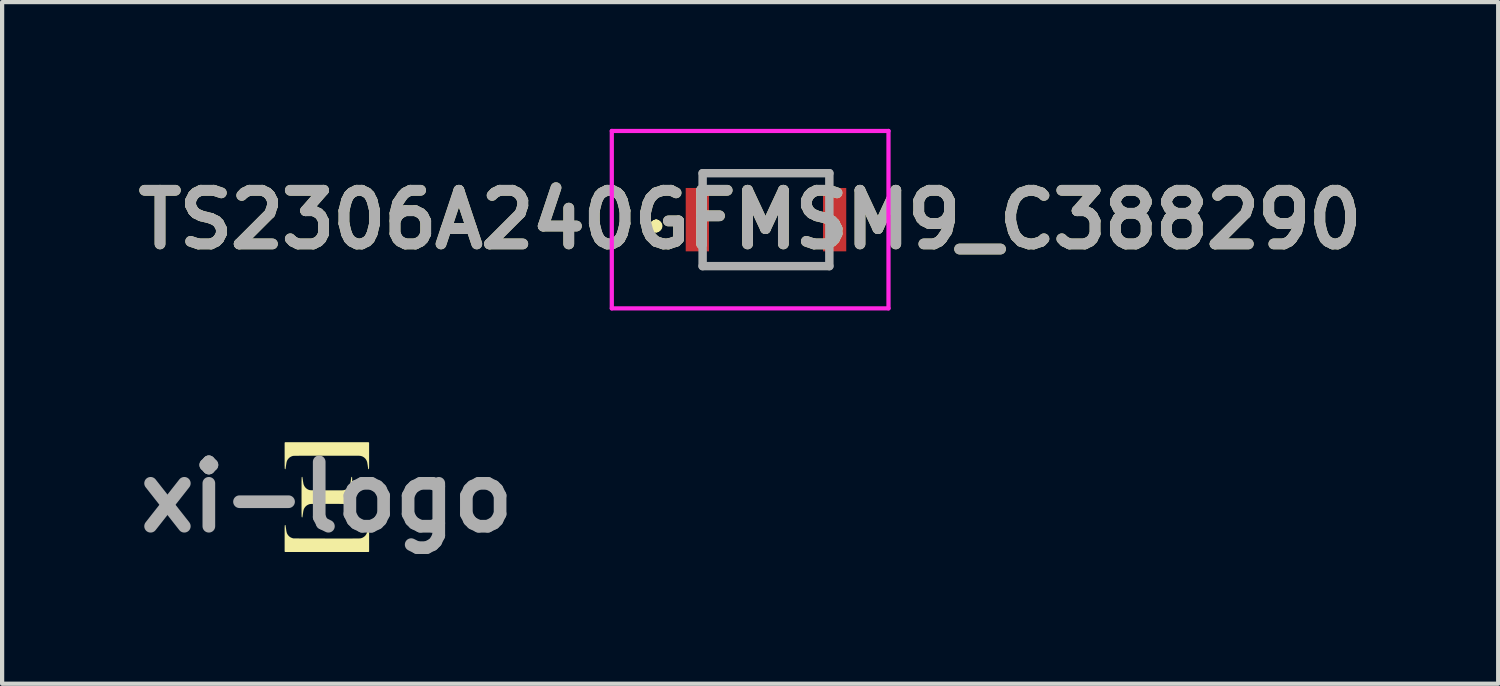
<source format=kicad_pcb>
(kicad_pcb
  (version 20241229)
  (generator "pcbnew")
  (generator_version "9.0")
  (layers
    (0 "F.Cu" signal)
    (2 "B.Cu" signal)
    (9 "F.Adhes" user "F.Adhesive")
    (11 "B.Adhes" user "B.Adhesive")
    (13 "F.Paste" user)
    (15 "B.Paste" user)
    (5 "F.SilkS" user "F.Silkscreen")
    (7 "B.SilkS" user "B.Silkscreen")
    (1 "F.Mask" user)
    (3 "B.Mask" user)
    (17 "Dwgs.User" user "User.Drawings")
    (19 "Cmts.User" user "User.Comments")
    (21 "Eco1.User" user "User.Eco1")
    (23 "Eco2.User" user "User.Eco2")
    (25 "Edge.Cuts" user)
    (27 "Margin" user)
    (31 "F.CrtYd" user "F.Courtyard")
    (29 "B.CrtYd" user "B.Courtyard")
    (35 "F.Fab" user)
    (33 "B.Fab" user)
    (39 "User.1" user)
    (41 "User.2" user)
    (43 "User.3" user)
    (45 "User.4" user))
  (footprint "TS2306A240GFMSM9_C388290"
    (layer "F.Cu")
    (at 15.083 2.15)
    (property "Reference" "TS2306A240GFMSM9_C388290" (at -0.375 0 0) (layer "F.SilkS") (effects (font (size 1.27 1.27) (thickness 0.254))))
    (attr smd)
    (fp_line (start -2.6 0.1) (end -2.6 0.1) (stroke (width 0.2) (type solid)) (layer "F.SilkS"))
    (fp_line (start -2.6 0.1) (end -2.6 0.1) (stroke (width 0.2) (type solid)) (layer "F.SilkS"))
    (fp_line (start -2.6 0.2) (end -2.6 0.2) (stroke (width 0.2) (type solid)) (layer "F.SilkS"))
    (fp_line (start -1.25 -1.1) (end -1.25 -1.1) (stroke (width 0.1) (type solid)) (layer "F.SilkS"))
    (fp_line (start -1.25 -1.1) (end 1.25 -1.1) (stroke (width 0.1) (type solid)) (layer "F.SilkS"))
    (fp_line (start -1.25 1.1) (end -1.25 1.1) (stroke (width 0.1) (type solid)) (layer "F.SilkS"))
    (fp_line (start -1.25 1.1) (end 1.25 1.1) (stroke (width 0.1) (type solid)) (layer "F.SilkS"))
    (fp_line (start 1.25 -1.1) (end -1.25 -1.1) (stroke (width 0.1) (type solid)) (layer "F.SilkS"))
    (fp_line (start 1.25 -1.1) (end 1.25 -1.1) (stroke (width 0.1) (type solid)) (layer "F.SilkS"))
    (fp_line (start 1.25 1.1) (end -1.25 1.1) (stroke (width 0.1) (type solid)) (layer "F.SilkS"))
    (fp_line (start 1.25 1.1) (end 1.25 1.1) (stroke (width 0.1) (type solid)) (layer "F.SilkS"))
    (fp_arc (start -2.6 0.1) (mid -2.55 0.15) (end -2.6 0.2) (stroke (width 0.2) (type solid)) (layer "F.SilkS"))
    (fp_arc (start -2.6 0.2) (mid -2.65 0.15) (end -2.6 0.1) (stroke (width 0.2) (type solid)) (layer "F.SilkS"))
    (fp_arc (start -2.6 0.2) (mid -2.65 0.15) (end -2.6 0.1) (stroke (width 0.2) (type solid)) (layer "F.SilkS"))
    (fp_line (start -3.65 -2.1) (end 2.9 -2.1) (stroke (width 0.1) (type solid)) (layer "F.CrtYd"))
    (fp_line (start -3.65 2.1) (end -3.65 -2.1) (stroke (width 0.1) (type solid)) (layer "F.CrtYd"))
    (fp_line (start 2.9 -2.1) (end 2.9 2.1) (stroke (width 0.1) (type solid)) (layer "F.CrtYd"))
    (fp_line (start 2.9 2.1) (end -3.65 2.1) (stroke (width 0.1) (type solid)) (layer "F.CrtYd"))
    (fp_line (start -1.5 -1.1) (end -1.5 1.1) (stroke (width 0.2) (type solid)) (layer "F.Fab"))
    (fp_line (start -1.5 1.1) (end 1.5 1.1) (stroke (width 0.2) (type solid)) (layer "F.Fab"))
    (fp_line (start 1.5 -1.1) (end -1.5 -1.1) (stroke (width 0.2) (type solid)) (layer "F.Fab"))
    (fp_line (start 1.5 1.1) (end 1.5 -1.1) (stroke (width 0.2) (type solid)) (layer "F.Fab"))
    (fp_text user "${REFERENCE}" (at -0.375 0 0) (layer "F.Fab") (effects (font (size 1.27 1.27) (thickness 0.254))))
    (pad "1" smd rect (at -1.625 0) (size 0.55 1.5) (layers "F.Cu" "F.Mask" "F.Paste"))
    (pad "2" smd rect (at 1.625 0) (size 0.55 1.5) (layers "F.Cu" "F.Mask" "F.Paste")))
  (footprint "xi-logo"
    (layer "F.Cu")
    (at 4.688 8.718)
    (property "Reference" "xi-logo" (at 0 0 0) (layer "F.Fab") (effects (font (size 1.524 1.524) (thickness 0.3))))
    (attr board_only exclude_from_pos_files exclude_from_bom)
    (fp_poly (pts (xy 0.994 -1.294) (xy 1 -1.288) (xy 1 -0.982) (xy 1 -0.94) (xy 1 -0.903) (xy 1 -0.869) (xy 1 -0.838) (xy 1 -0.81) (xy 1 -0.786) (xy 1 -0.765) (xy 1 -0.746) (xy 1 -0.73) (xy 0.999 -0.716) (xy 0.999 -0.704) (xy 0.999 -0.694) (xy 0.998 -0.686) (xy 0.998 -0.68) (xy 0.997 -0.674) (xy 0.996 -0.671) (xy 0.996 -0.668) (xy 0.995 -0.666) (xy 0.994 -0.665) (xy 0.993 -0.664) (xy 0.991 -0.663) (xy 0.99 -0.663) (xy 0.988 -0.662) (xy 0.988 -0.662) (xy 0.983 -0.661) (xy 0.981 -0.661) (xy 0.981 -0.661) (xy 0.98 -0.663) (xy 0.979 -0.669) (xy 0.977 -0.677) (xy 0.976 -0.689) (xy 0.974 -0.702) (xy 0.971 -0.717) (xy 0.97 -0.728) (xy 0.967 -0.75) (xy 0.964 -0.769) (xy 0.961 -0.785) (xy 0.959 -0.799) (xy 0.957 -0.81) (xy 0.956 -0.819) (xy 0.954 -0.826) (xy 0.953 -0.832) (xy 0.951 -0.838) (xy 0.949 -0.843) (xy 0.949 -0.843) (xy 0.938 -0.869) (xy 0.924 -0.893) (xy 0.907 -0.915) (xy 0.888 -0.933) (xy 0.866 -0.949) (xy 0.842 -0.962) (xy 0.816 -0.971) (xy 0.788 -0.977) (xy 0.784 -0.978) (xy 0.781 -0.978) (xy 0.776 -0.978) (xy 0.769 -0.978) (xy 0.76 -0.979) (xy 0.748 -0.979) (xy 0.733 -0.979) (xy 0.717 -0.979) (xy 0.697 -0.979) (xy 0.675 -0.979) (xy 0.65 -0.979) (xy 0.622 -0.979) (xy 0.591 -0.98) (xy 0.557 -0.98) (xy 0.52 -0.98) (xy 0.48 -0.98) (xy 0.437 -0.98) (xy 0.39 -0.98) (xy 0.34 -0.98) (xy 0.286 -0.98) (xy 0.228 -0.98) (xy 0.167 -0.98) (xy 0.102 -0.98) (xy 0.033 -0.98) (xy -0.012 -0.98) (xy -0.079 -0.979) (xy -0.141 -0.979) (xy -0.2 -0.979) (xy -0.256 -0.979) (xy -0.307 -0.979) (xy -0.356 -0.979) (xy -0.401 -0.979) (xy -0.443 -0.979) (xy -0.482 -0.979) (xy -0.517 -0.979) (xy -0.551 -0.979) (xy -0.581 -0.979) (xy -0.609 -0.979) (xy -0.634 -0.979) (xy -0.657 -0.979) (xy -0.678 -0.978) (xy -0.696 -0.978) (xy -0.713 -0.978) (xy -0.728 -0.978) (xy -0.741 -0.978) (xy -0.752 -0.978) (xy -0.762 -0.978) (xy -0.771 -0.977) (xy -0.778 -0.977) (xy -0.784 -0.977) (xy -0.789 -0.977) (xy -0.793 -0.977) (xy -0.796 -0.976) (xy -0.798 -0.976) (xy -0.8 -0.976) (xy -0.802 -0.976) (xy -0.802 -0.976) (xy -0.831 -0.966) (xy -0.857 -0.954) (xy -0.881 -0.939) (xy -0.901 -0.921) (xy -0.919 -0.9) (xy -0.935 -0.877) (xy -0.938 -0.87) (xy -0.942 -0.862) (xy -0.945 -0.855) (xy -0.948 -0.848) (xy -0.95 -0.839) (xy -0.953 -0.83) (xy -0.955 -0.819) (xy -0.958 -0.807) (xy -0.96 -0.792) (xy -0.963 -0.774) (xy -0.966 -0.753) (xy -0.97 -0.729) (xy -0.97 -0.727) (xy -0.972 -0.712) (xy -0.974 -0.698) (xy -0.976 -0.686) (xy -0.977 -0.676) (xy -0.978 -0.669) (xy -0.979 -0.665) (xy -0.979 -0.664) (xy -0.981 -0.661) (xy -0.984 -0.66) (xy -0.99 -0.663) (xy -0.991 -0.663) (xy -0.992 -0.664) (xy -0.993 -0.665) (xy -0.994 -0.666) (xy -0.995 -0.667) (xy -0.996 -0.67) (xy -0.997 -0.673) (xy -0.997 -0.677) (xy -0.998 -0.682) (xy -0.998 -0.689) (xy -0.999 -0.697) (xy -0.999 -0.707) (xy -0.999 -0.719) (xy -0.999 -0.734) (xy -1 -0.75) (xy -1 -0.77) (xy -1 -0.792) (xy -1 -0.816) (xy -1 -0.844) (xy -1 -0.876) (xy -1 -0.911) (xy -1 -0.949) (xy -1 -0.982) (xy -1 -1.288) (xy -0.988 -1.3) (xy 0.988 -1.3)) (stroke (width 0) (type solid)) (fill yes) (layer "F.SilkS"))
    (fp_poly (pts (xy 0.988 0.662) (xy 0.988 0.662) (xy 0.99 0.663) (xy 0.991 0.663) (xy 0.992 0.664) (xy 0.994 0.664) (xy 0.995 0.666) (xy 0.995 0.667) (xy 0.996 0.67) (xy 0.997 0.674) (xy 0.998 0.679) (xy 0.998 0.685) (xy 0.999 0.693) (xy 0.999 0.702) (xy 0.999 0.714) (xy 0.999 0.727) (xy 1 0.743) (xy 1 0.761) (xy 1 0.783) (xy 1 0.806) (xy 1 0.833) (xy 1 0.864) (xy 1 0.897) (xy 1 0.934) (xy 1 0.975) (xy 1 0.982) (xy 1 1.288) (xy 0.994 1.294) (xy 0.988 1.3) (xy -0.988 1.3) (xy -0.994 1.294) (xy -1 1.288) (xy -1 0.982) (xy -1 0.94) (xy -1 0.903) (xy -1 0.869) (xy -1 0.838) (xy -1 0.81) (xy -1 0.786) (xy -1 0.765) (xy -1 0.746) (xy -1 0.73) (xy -0.999 0.716) (xy -0.999 0.704) (xy -0.999 0.694) (xy -0.998 0.686) (xy -0.998 0.68) (xy -0.997 0.674) (xy -0.996 0.671) (xy -0.996 0.668) (xy -0.995 0.666) (xy -0.994 0.665) (xy -0.993 0.664) (xy -0.991 0.663) (xy -0.99 0.663) (xy -0.988 0.662) (xy -0.988 0.662) (xy -0.983 0.661) (xy -0.981 0.661) (xy -0.981 0.661) (xy -0.98 0.663) (xy -0.979 0.669) (xy -0.977 0.677) (xy -0.976 0.689) (xy -0.974 0.702) (xy -0.971 0.717) (xy -0.97 0.728) (xy -0.966 0.752) (xy -0.963 0.772) (xy -0.961 0.79) (xy -0.958 0.805) (xy -0.956 0.817) (xy -0.954 0.827) (xy -0.951 0.836) (xy -0.949 0.844) (xy -0.947 0.851) (xy -0.944 0.858) (xy -0.941 0.864) (xy -0.938 0.87) (xy -0.924 0.894) (xy -0.906 0.916) (xy -0.886 0.935) (xy -0.863 0.951) (xy -0.838 0.963) (xy -0.81 0.973) (xy -0.802 0.976) (xy -0.801 0.976) (xy -0.799 0.976) (xy -0.797 0.976) (xy -0.794 0.977) (xy -0.79 0.977) (xy -0.785 0.977) (xy -0.78 0.977) (xy -0.773 0.977) (xy -0.765 0.978) (xy -0.756 0.978) (xy -0.745 0.978) (xy -0.732 0.978) (xy -0.718 0.978) (xy -0.702 0.978) (xy -0.684 0.978) (xy -0.664 0.978) (xy -0.642 0.979) (xy -0.617 0.979) (xy -0.59 0.979) (xy -0.561 0.979) (xy -0.529 0.979) (xy -0.494 0.979) (xy -0.456 0.979) (xy -0.415 0.979) (xy -0.371 0.979) (xy -0.323 0.979) (xy -0.273 0.979) (xy -0.219 0.979) (xy -0.161 0.979) (xy -0.099 0.979) (xy -0.034 0.98) (xy -0.012 0.98) (xy 0.059 0.98) (xy 0.127 0.98) (xy 0.19 0.98) (xy 0.25 0.98) (xy 0.306 0.98) (xy 0.359 0.98) (xy 0.408 0.98) (xy 0.453 0.98) (xy 0.495 0.98) (xy 0.534 0.98) (xy 0.57 0.98) (xy 0.603 0.98) (xy 0.633 0.979) (xy 0.659 0.979) (xy 0.683 0.979) (xy 0.705 0.979) (xy 0.723 0.979) (xy 0.739 0.979) (xy 0.752 0.979) (xy 0.763 0.979) (xy 0.772 0.978) (xy 0.778 0.978) (xy 0.782 0.978) (xy 0.784 0.978) (xy 0.812 0.973) (xy 0.838 0.964) (xy 0.862 0.951) (xy 0.884 0.936) (xy 0.904 0.918) (xy 0.922 0.897) (xy 0.936 0.873) (xy 0.948 0.847) (xy 0.949 0.843) (xy 0.951 0.838) (xy 0.953 0.832) (xy 0.954 0.826) (xy 0.956 0.819) (xy 0.957 0.81) (xy 0.959 0.799) (xy 0.961 0.786) (xy 0.964 0.77) (xy 0.966 0.751) (xy 0.97 0.728) (xy 0.97 0.728) (xy 0.972 0.712) (xy 0.974 0.697) (xy 0.976 0.685) (xy 0.978 0.674) (xy 0.979 0.666) (xy 0.98 0.662) (xy 0.981 0.661) (xy 0.983 0.661)) (stroke (width 0) (type solid)) (fill yes) (layer "F.SilkS"))
    (fp_poly (pts (xy 0.588 -0.478) (xy 0.593 -0.475) (xy 0.596 -0.471) (xy 0.597 -0.47) (xy 0.597 -0.467) (xy 0.598 -0.461) (xy 0.598 -0.451) (xy 0.598 -0.437) (xy 0.599 -0.421) (xy 0.599 -0.401) (xy 0.599 -0.379) (xy 0.599 -0.355) (xy 0.6 -0.328) (xy 0.6 -0.299) (xy 0.6 -0.268) (xy 0.6 -0.236) (xy 0.6 -0.202) (xy 0.6 -0.167) (xy 0.6 -0.131) (xy 0.6 -0.094) (xy 0.6 -0.057) (xy 0.6 -0.019) (xy 0.6 0.018) (xy 0.6 0.056) (xy 0.6 0.093) (xy 0.6 0.13) (xy 0.6 0.166) (xy 0.6 0.201) (xy 0.6 0.235) (xy 0.6 0.267) (xy 0.6 0.298) (xy 0.6 0.327) (xy 0.599 0.354) (xy 0.599 0.379) (xy 0.599 0.401) (xy 0.599 0.42) (xy 0.598 0.437) (xy 0.598 0.45) (xy 0.598 0.46) (xy 0.597 0.467) (xy 0.597 0.47) (xy 0.597 0.47) (xy 0.594 0.474) (xy 0.589 0.477) (xy 0.585 0.479) (xy 0.581 0.48) (xy 0.581 0.479) (xy 0.58 0.477) (xy 0.579 0.471) (xy 0.577 0.463) (xy 0.576 0.451) (xy 0.574 0.438) (xy 0.571 0.423) (xy 0.57 0.412) (xy 0.567 0.39) (xy 0.564 0.371) (xy 0.561 0.355) (xy 0.559 0.341) (xy 0.557 0.33) (xy 0.556 0.321) (xy 0.554 0.314) (xy 0.553 0.308) (xy 0.551 0.302) (xy 0.549 0.297) (xy 0.549 0.297) (xy 0.538 0.271) (xy 0.524 0.247) (xy 0.507 0.225) (xy 0.488 0.207) (xy 0.466 0.191) (xy 0.442 0.178) (xy 0.416 0.169) (xy 0.388 0.163) (xy 0.384 0.162) (xy 0.38 0.162) (xy 0.374 0.162) (xy 0.366 0.161) (xy 0.355 0.161) (xy 0.342 0.161) (xy 0.326 0.161) (xy 0.307 0.161) (xy 0.285 0.16) (xy 0.26 0.16) (xy 0.232 0.16) (xy 0.201 0.16) (xy 0.166 0.16) (xy 0.127 0.16) (xy 0.085 0.16) (xy 0.04 0.16) (xy -0.01 0.16) (xy -0.012 0.16) (xy -0.058 0.161) (xy -0.1 0.161) (xy -0.138 0.161) (xy -0.173 0.161) (xy -0.205 0.161) (xy -0.234 0.161) (xy -0.259 0.161) (xy -0.282 0.161) (xy -0.302 0.161) (xy -0.32 0.162) (xy -0.335 0.162) (xy -0.348 0.162) (xy -0.36 0.162) (xy -0.369 0.162) (xy -0.377 0.162) (xy -0.384 0.163) (xy -0.389 0.163) (xy -0.393 0.163) (xy -0.397 0.164) (xy -0.399 0.164) (xy -0.401 0.164) (xy -0.402 0.164) (xy -0.431 0.174) (xy -0.457 0.186) (xy -0.48 0.201) (xy -0.501 0.219) (xy -0.519 0.24) (xy -0.534 0.263) (xy -0.538 0.27) (xy -0.542 0.278) (xy -0.545 0.285) (xy -0.548 0.292) (xy -0.55 0.301) (xy -0.553 0.31) (xy -0.555 0.321) (xy -0.558 0.333) (xy -0.56 0.348) (xy -0.563 0.366) (xy -0.566 0.387) (xy -0.57 0.411) (xy -0.57 0.413) (xy -0.572 0.428) (xy -0.574 0.442) (xy -0.576 0.454) (xy -0.577 0.464) (xy -0.578 0.471) (xy -0.579 0.475) (xy -0.579 0.475) (xy -0.581 0.479) (xy -0.584 0.48) (xy -0.59 0.477) (xy -0.591 0.477) (xy -0.592 0.476) (xy -0.593 0.476) (xy -0.594 0.475) (xy -0.594 0.474) (xy -0.595 0.473) (xy -0.596 0.471) (xy -0.596 0.468) (xy -0.597 0.464) (xy -0.597 0.459) (xy -0.598 0.453) (xy -0.598 0.445) (xy -0.599 0.436) (xy -0.599 0.425) (xy -0.599 0.412) (xy -0.599 0.397) (xy -0.599 0.38) (xy -0.6 0.361) (xy -0.6 0.34) (xy -0.6 0.315) (xy -0.6 0.288) (xy -0.6 0.258) (xy -0.6 0.225) (xy -0.6 0.189) (xy -0.6 0.149) (xy -0.6 0.106) (xy -0.6 0.059) (xy -0.6 0.008) (xy -0.6 0.0004) (xy -0.6 -0.051) (xy -0.6 -0.099) (xy -0.6 -0.143) (xy -0.6 -0.183) (xy -0.6 -0.22) (xy -0.6 -0.254) (xy -0.6 -0.284) (xy -0.6 -0.312) (xy -0.6 -0.337) (xy -0.6 -0.359) (xy -0.6 -0.379) (xy -0.599 -0.396) (xy -0.599 -0.411) (xy -0.599 -0.424) (xy -0.599 -0.435) (xy -0.598 -0.445) (xy -0.598 -0.453) (xy -0.597 -0.459) (xy -0.597 -0.464) (xy -0.596 -0.469) (xy -0.596 -0.472) (xy -0.595 -0.474) (xy -0.594 -0.475) (xy -0.593 -0.476) (xy -0.592 -0.477) (xy -0.591 -0.477) (xy -0.59 -0.477) (xy -0.589 -0.478) (xy -0.588 -0.478) (xy -0.583 -0.479) (xy -0.581 -0.479) (xy -0.581 -0.479) (xy -0.58 -0.477) (xy -0.579 -0.471) (xy -0.577 -0.463) (xy -0.576 -0.451) (xy -0.574 -0.438) (xy -0.571 -0.423) (xy -0.57 -0.412) (xy -0.567 -0.39) (xy -0.564 -0.371) (xy -0.561 -0.355) (xy -0.559 -0.341) (xy -0.557 -0.33) (xy -0.556 -0.321) (xy -0.554 -0.314) (xy -0.553 -0.308) (xy -0.551 -0.302) (xy -0.549 -0.297) (xy -0.549 -0.297) (xy -0.538 -0.271) (xy -0.524 -0.247) (xy -0.507 -0.225) (xy -0.487 -0.206) (xy -0.465 -0.19) (xy -0.441 -0.177) (xy -0.426 -0.172) (xy -0.423 -0.17) (xy -0.419 -0.169) (xy -0.416 -0.168) (xy -0.413 -0.167) (xy -0.41 -0.166) (xy -0.407 -0.166) (xy -0.403 -0.165) (xy -0.398 -0.164) (xy -0.393 -0.164) (xy -0.386 -0.163) (xy -0.378 -0.163) (xy -0.369 -0.162) (xy -0.358 -0.162) (xy -0.345 -0.162) (xy -0.331 -0.162) (xy -0.314 -0.161) (xy -0.295 -0.161) (xy -0.274 -0.161) (xy -0.25 -0.161) (xy -0.223 -0.161) (xy -0.193 -0.161) (xy -0.159 -0.161) (xy -0.123 -0.161) (xy -0.083 -0.161) (xy -0.039 -0.161) (xy -0.012 -0.16) (xy 0.038 -0.16) (xy 0.084 -0.16) (xy 0.126 -0.16) (xy 0.164 -0.16) (xy 0.199 -0.16) (xy 0.231 -0.16) (xy 0.259 -0.16) (xy 0.284 -0.16) (xy 0.306 -0.161) (xy 0.325 -0.161) (xy 0.341 -0.161) (xy 0.355 -0.161) (xy 0.366 -0.161) (xy 0.374 -0.162) (xy 0.38 -0.162) (xy 0.384 -0.162) (xy 0.384 -0.162) (xy 0.412 -0.167) (xy 0.438 -0.176) (xy 0.462 -0.189) (xy 0.484 -0.204) (xy 0.504 -0.222) (xy 0.522 -0.243) (xy 0.536 -0.267) (xy 0.548 -0.293) (xy 0.549 -0.297) (xy 0.551 -0.302) (xy 0.553 -0.308) (xy 0.554 -0.314) (xy 0.556 -0.321) (xy 0.557 -0.33) (xy 0.559 -0.341) (xy 0.561 -0.354) (xy 0.564 -0.37) (xy 0.566 -0.389) (xy 0.57 -0.412) (xy 0.57 -0.412) (xy 0.572 -0.428) (xy 0.574 -0.443) (xy 0.576 -0.455) (xy 0.578 -0.466) (xy 0.579 -0.474) (xy 0.58 -0.478) (xy 0.581 -0.479) (xy 0.584 -0.48)) (stroke (width 0) (type solid)) (fill yes) (layer "F.SilkS")))
  (gr_rect
    (start -3 -3)
    (end 32.416 13.136)
    (stroke (width 0.1) (type default))
    (fill no)
    (layer "Edge.Cuts")))
</source>
